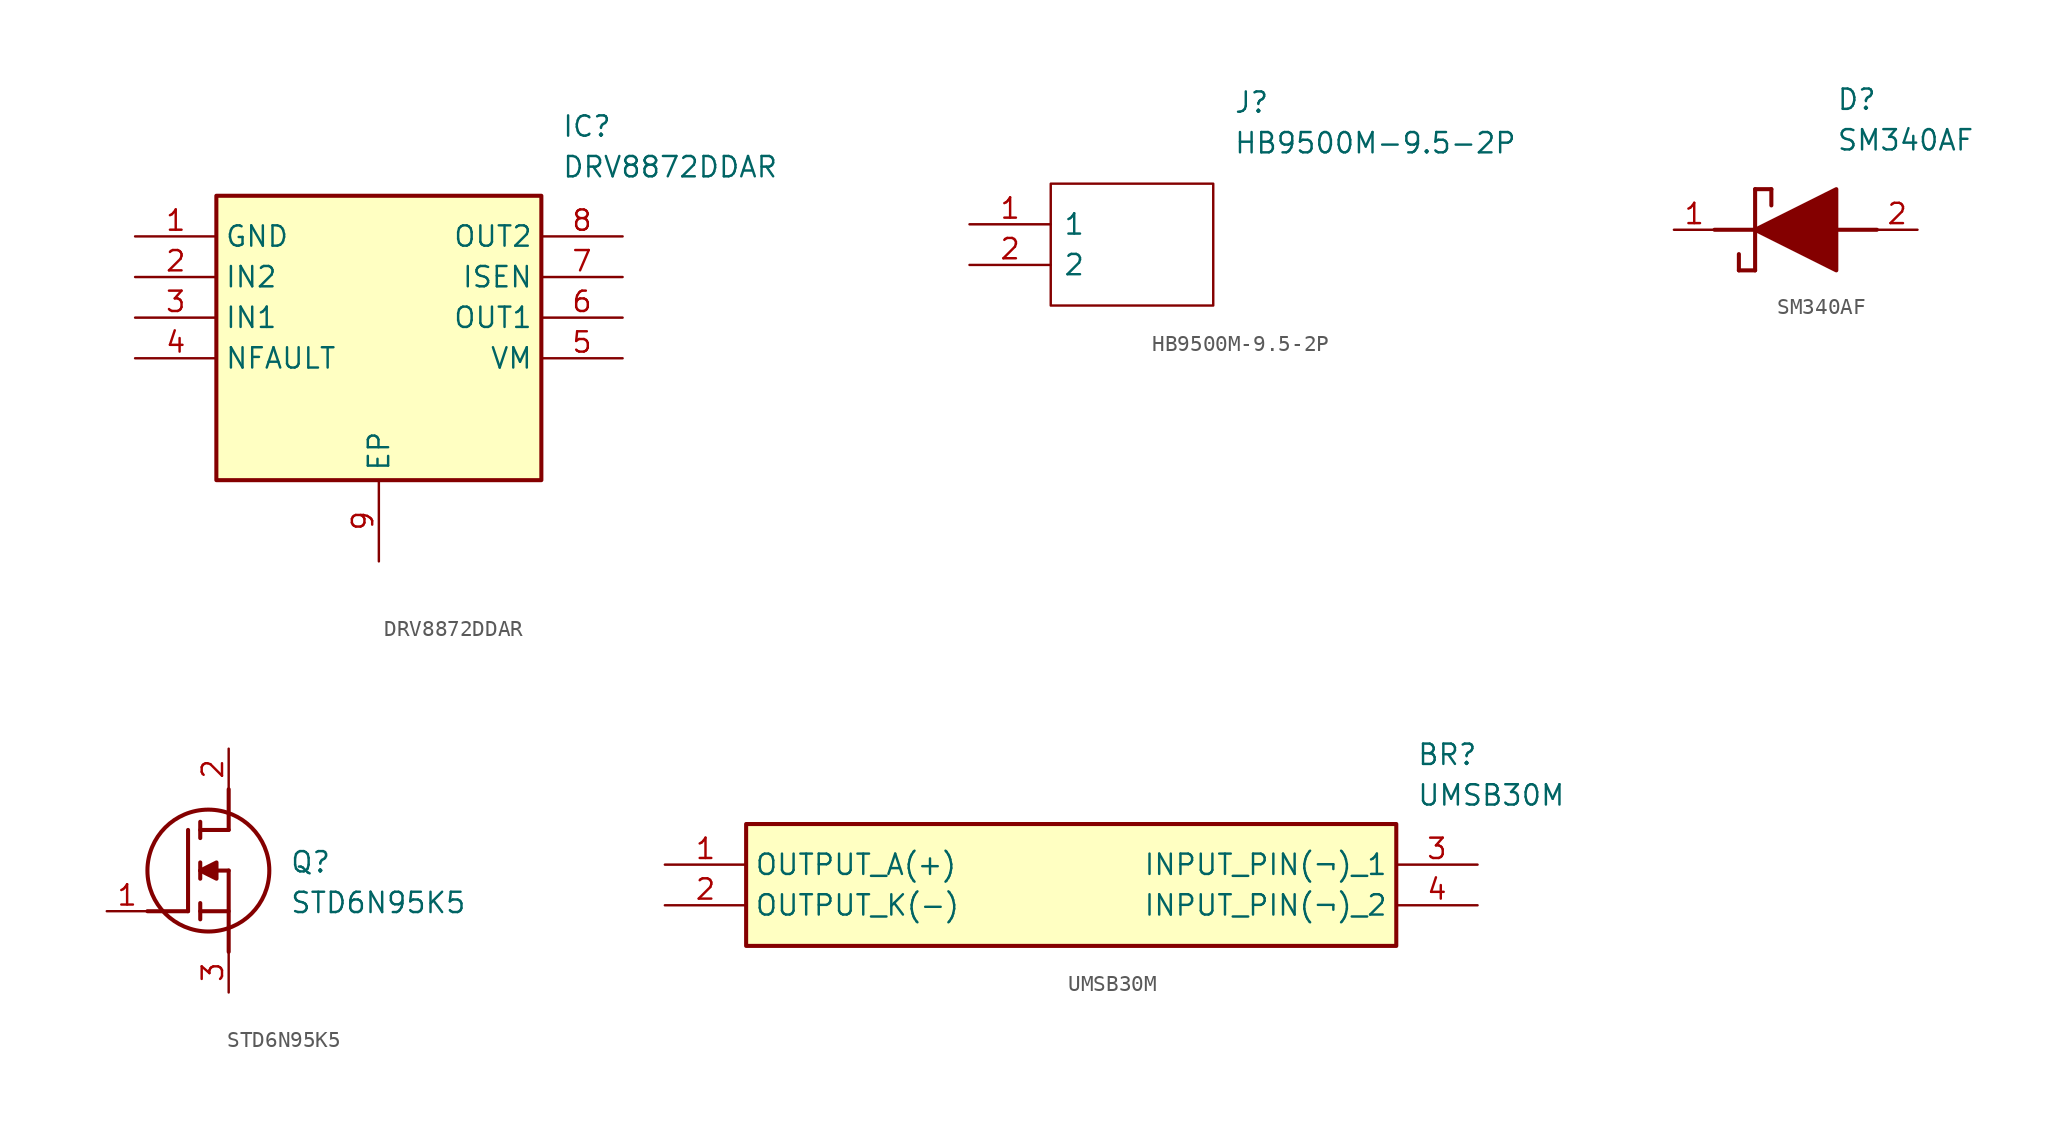
<source format=kicad_sym>
(kicad_symbol_lib
  (version 20220914)
  (generator kicad_symbol_editor)
  (symbol "DRV8872DDAR"
    (property "Reference" "IC"
      (at 26.67 7.62 0)
      (effects (font (size 1.27 1.27)) (justify left top)))
    (property "Value" "DRV8872DDAR"
      (at 26.67 5.08 0)
      (effects (font (size 1.27 1.27)) (justify left top)))
    (symbol "DRV8872DDAR_1_1"
      (rectangle (start 5.08 2.54) (end 25.4 -15.24) (stroke (width 0.254) (type default)) (fill (type background)))
      (pin power_in line (at 0 0 0) (length 5.08) (name "GND" (effects (font (size 1.27 1.27)))) (number "1" (effects (font (size 1.27 1.27)))))
      (pin input line (at 0 -2.54 0) (length 5.08) (name "IN2" (effects (font (size 1.27 1.27)))) (number "2" (effects (font (size 1.27 1.27)))))
      (pin input line (at 0 -5.08 0) (length 5.08) (name "IN1" (effects (font (size 1.27 1.27)))) (number "3" (effects (font (size 1.27 1.27)))))
      (pin output line (at 0 -7.62 0) (length 5.08) (name "NFAULT" (effects (font (size 1.27 1.27)))) (number "4" (effects (font (size 1.27 1.27)))))
      (pin power_in line (at 30.48 -7.62 180) (length 5.08) (name "VM" (effects (font (size 1.27 1.27)))) (number "5" (effects (font (size 1.27 1.27)))))
      (pin output line (at 30.48 -5.08 180) (length 5.08) (name "OUT1" (effects (font (size 1.27 1.27)))) (number "6" (effects (font (size 1.27 1.27)))))
      (pin power_in line (at 30.48 -2.54 180) (length 5.08) (name "ISEN" (effects (font (size 1.27 1.27)))) (number "7" (effects (font (size 1.27 1.27)))))
      (pin output line (at 30.48 0 180) (length 5.08) (name "OUT2" (effects (font (size 1.27 1.27)))) (number "8" (effects (font (size 1.27 1.27)))))
      (pin passive line (at 15.24 -20.32 90) (length 5.08) (name "EP" (effects (font (size 1.27 1.27)))) (number "9" (effects (font (size 1.27 1.27)))))))
  (symbol "HB9500M-9.5-2P"
    (pin_names
      (offset 0.762))
    (property "Reference" "J"
      (at 16.51 7.62 0)
      (effects (font (size 1.27 1.27)) (justify left)))
    (property "Value" "HB9500M-9.5-2P"
      (at 16.51 5.08 0)
      (effects (font (size 1.27 1.27)) (justify left)))
    (symbol "HB9500M-9.5-2P_0_0"
      (pin passive line (at 0 0 0) (length 5.08) (name "1" (effects (font (size 1.27 1.27)))) (number "1" (effects (font (size 1.27 1.27)))))
      (pin passive line (at 0 -2.54 0) (length 5.08) (name "2" (effects (font (size 1.27 1.27)))) (number "2" (effects (font (size 1.27 1.27))))))
    (symbol "HB9500M-9.5-2P_0_1"
      (polyline (pts (xy 5.08 2.54) (xy 15.24 2.54) (xy 15.24 -5.08) (xy 5.08 -5.08) (xy 5.08 2.54)) (stroke (width 0.152) (type solid)) (fill (type none)))))
  (symbol "SM340AF"
    (pin_names hide)
    (property "Reference" "D"
      (at 12.7 8.89 0)
      (effects (font (size 1.27 1.27)) (justify left top)))
    (property "Value" "SM340AF"
      (at 12.7 6.35 0)
      (effects (font (size 1.27 1.27)) (justify left top)))
    (symbol "SM340AF_1_1"
      (polyline (pts (xy 5.08 0) (xy 7.62 0)) (stroke (width 0.254) (type default)) (fill (type none)))
      (polyline (pts (xy 6.604 -1.524) (xy 6.604 -2.54)) (stroke (width 0.254) (type default)) (fill (type none)))
      (polyline (pts (xy 7.62 -2.54) (xy 6.604 -2.54)) (stroke (width 0.254) (type default)) (fill (type none)))
      (polyline (pts (xy 7.62 2.54) (xy 7.62 -2.54)) (stroke (width 0.254) (type default)) (fill (type none)))
      (polyline (pts (xy 7.62 2.54) (xy 8.636 2.54)) (stroke (width 0.254) (type default)) (fill (type none)))
      (polyline (pts (xy 8.636 1.524) (xy 8.636 2.54)) (stroke (width 0.254) (type default)) (fill (type none)))
      (polyline (pts (xy 12.7 0) (xy 15.24 0)) (stroke (width 0.254) (type default)) (fill (type none)))
      (polyline (pts (xy 7.62 0) (xy 12.7 2.54) (xy 12.7 -2.54) (xy 7.62 0)) (stroke (width 0.254) (type default)) (fill (type outline)))
      (pin passive line (at 2.54 0 0) (length 2.54) (name "K" (effects (font (size 1.27 1.27)))) (number "1" (effects (font (size 1.27 1.27)))))
      (pin passive line (at 17.78 0 180) (length 2.54) (name "A" (effects (font (size 1.27 1.27)))) (number "2" (effects (font (size 1.27 1.27)))))))
  (symbol "STD6N95K5"
    (pin_names hide)
    (property "Reference" "Q"
      (at 11.43 3.81 0)
      (effects (font (size 1.27 1.27)) (justify left top)))
    (property "Value" "STD6N95K5"
      (at 11.43 1.27 0)
      (effects (font (size 1.27 1.27)) (justify left top)))
    (symbol "STD6N95K5_1_1"
      (polyline (pts (xy 2.54 0) (xy 5.08 0)) (stroke (width 0.254) (type default)) (fill (type none)))
      (polyline (pts (xy 5.08 5.08) (xy 5.08 0)) (stroke (width 0.254) (type default)) (fill (type none)))
      (polyline (pts (xy 5.842 -0.508) (xy 5.842 0.508)) (stroke (width 0.254) (type default)) (fill (type none)))
      (polyline (pts (xy 5.842 0) (xy 7.62 0)) (stroke (width 0.254) (type default)) (fill (type none)))
      (polyline (pts (xy 5.842 2.032) (xy 5.842 3.048)) (stroke (width 0.254) (type default)) (fill (type none)))
      (polyline (pts (xy 5.842 5.588) (xy 5.842 4.572)) (stroke (width 0.254) (type default)) (fill (type none)))
      (polyline (pts (xy 7.62 2.54) (xy 5.842 2.54)) (stroke (width 0.254) (type default)) (fill (type none)))
      (polyline (pts (xy 7.62 2.54) (xy 7.62 -2.54)) (stroke (width 0.254) (type default)) (fill (type none)))
      (polyline (pts (xy 7.62 5.08) (xy 5.842 5.08)) (stroke (width 0.254) (type default)) (fill (type none)))
      (polyline (pts (xy 7.62 5.08) (xy 7.62 7.62)) (stroke (width 0.254) (type default)) (fill (type none)))
      (polyline (pts (xy 5.842 2.54) (xy 6.858 3.048) (xy 6.858 2.032) (xy 5.842 2.54)) (stroke (width 0.254) (type default)) (fill (type outline)))
      (circle (center 6.35 2.54) (radius 3.81) (stroke (width 0.254) (type default)) (fill (type none)))
      (pin passive line (at 0 0 0) (length 2.54) (name "G" (effects (font (size 1.27 1.27)))) (number "1" (effects (font (size 1.27 1.27)))))
      (pin passive line (at 7.62 10.16 270) (length 2.54) (name "D" (effects (font (size 1.27 1.27)))) (number "2" (effects (font (size 1.27 1.27)))))
      (pin passive line (at 7.62 -5.08 90) (length 2.54) (name "S" (effects (font (size 1.27 1.27)))) (number "3" (effects (font (size 1.27 1.27)))))))
  (symbol "UMSB30M"
    (property "Reference" "BR"
      (at 46.99 7.62 0)
      (effects (font (size 1.27 1.27)) (justify left top)))
    (property "Value" "UMSB30M"
      (at 46.99 5.08 0)
      (effects (font (size 1.27 1.27)) (justify left top)))
    (symbol "UMSB30M_1_1"
      (rectangle (start 5.08 2.54) (end 45.72 -5.08) (stroke (width 0.254) (type default)) (fill (type background)))
      (pin passive line (at 0 0 0) (length 5.08) (name "OUTPUT_A(+)" (effects (font (size 1.27 1.27)))) (number "1" (effects (font (size 1.27 1.27)))))
      (pin passive line (at 0 -2.54 0) (length 5.08) (name "OUTPUT_K(-)" (effects (font (size 1.27 1.27)))) (number "2" (effects (font (size 1.27 1.27)))))
      (pin passive line (at 50.8 0 180) (length 5.08) (name "INPUT_PIN(¬)_1" (effects (font (size 1.27 1.27)))) (number "3" (effects (font (size 1.27 1.27)))))
      (pin passive line (at 50.8 -2.54 180) (length 5.08) (name "INPUT_PIN(¬)_2" (effects (font (size 1.27 1.27)))) (number "4" (effects (font (size 1.27 1.27))))))))
</source>
